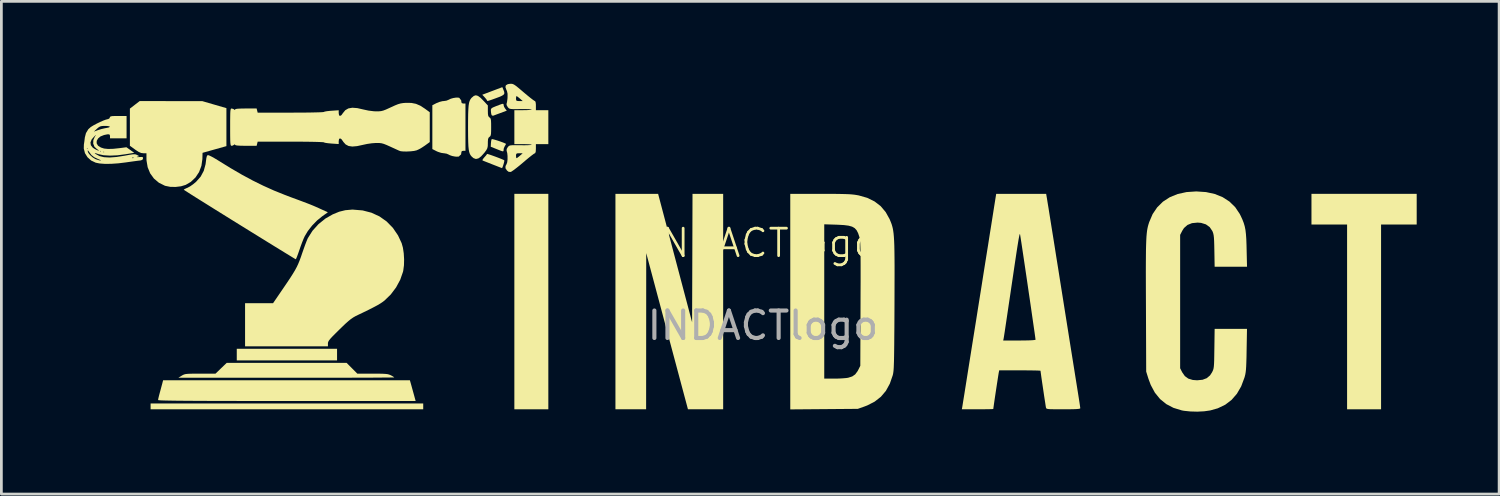
<source format=kicad_pcb>
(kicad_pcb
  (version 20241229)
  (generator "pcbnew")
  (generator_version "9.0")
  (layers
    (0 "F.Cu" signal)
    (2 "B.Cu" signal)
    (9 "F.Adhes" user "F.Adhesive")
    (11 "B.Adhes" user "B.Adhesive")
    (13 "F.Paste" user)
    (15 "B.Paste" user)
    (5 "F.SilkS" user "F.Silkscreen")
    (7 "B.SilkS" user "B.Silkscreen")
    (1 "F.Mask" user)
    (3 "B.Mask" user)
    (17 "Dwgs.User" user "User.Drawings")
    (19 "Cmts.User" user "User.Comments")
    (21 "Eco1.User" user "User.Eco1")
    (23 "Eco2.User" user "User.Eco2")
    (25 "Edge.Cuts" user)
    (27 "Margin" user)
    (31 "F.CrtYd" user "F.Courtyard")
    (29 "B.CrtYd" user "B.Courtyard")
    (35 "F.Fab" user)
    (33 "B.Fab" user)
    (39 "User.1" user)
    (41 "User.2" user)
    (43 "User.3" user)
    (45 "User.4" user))
  (footprint "INDACTlogo"
    (layer "F.Cu")
    (at 24.726 6.3)
    (property "Reference" "INDACTlogo" (at 0 -0.5 0) (unlocked yes) (layer "F.SilkS") (effects (font (size 1 1) (thickness 0.1))))
    (attr smd)
    (fp_poly (pts (xy -15.505 3.56) (xy -15.505 3.771) (xy -17.331 3.771) (xy -19.156 3.771) (xy -19.156 3.56) (xy -19.156 3.348) (xy -17.331 3.348) (xy -15.505 3.348)) (stroke (width 0) (type solid)) (fill yes) (layer "F.SilkS"))
    (fp_poly (pts (xy -12.368 5.445) (xy -12.368 5.551) (xy -17.331 5.551) (xy -22.293 5.551) (xy -22.293 5.445) (xy -22.293 5.339) (xy -17.331 5.339) (xy -12.368 5.339)) (stroke (width 0) (type solid)) (fill yes) (layer "F.SilkS"))
    (fp_poly (pts (xy -7.813 1.629) (xy -7.813 5.551) (xy -8.431 5.551) (xy -9.05 5.551) (xy -9.05 1.629) (xy -9.05 -2.293) (xy -8.431 -2.293) (xy -7.813 -2.293)) (stroke (width 0) (type solid)) (fill yes) (layer "F.SilkS"))
    (fp_poly (pts (xy 23.801 -1.735) (xy 23.801 -1.176) (xy 23.153 -1.176) (xy 22.504 -1.176) (xy 22.504 2.187) (xy 22.504 5.551) (xy 21.886 5.551) (xy 21.267 5.551) (xy 21.267 2.187) (xy 21.267 -1.176) (xy 20.619 -1.176) (xy 19.97 -1.176) (xy 19.97 -1.735) (xy 19.97 -2.293) (xy 21.886 -2.293) (xy 23.801 -2.293)) (stroke (width 0) (type solid)) (fill yes) (layer "F.SilkS"))
    (fp_poly (pts (xy -9.45 -6.087) (xy -9.42 -6.008) (xy -9.414 -5.95) (xy -9.439 -5.905) (xy -9.501 -5.864) (xy -9.609 -5.817) (xy -9.708 -5.78) (xy -9.851 -5.728) (xy -9.947 -5.695) (xy -10.004 -5.678) (xy -10.034 -5.675) (xy -10.044 -5.684) (xy -10.046 -5.694) (xy -10.064 -5.728) (xy -10.112 -5.786) (xy -10.132 -5.809) (xy -10.218 -5.901) (xy -9.853 -6.039) (xy -9.488 -6.177)) (stroke (width 0) (type solid)) (fill yes) (layer "F.SilkS"))
    (fp_poly (pts (xy -1.448 1.629) (xy -1.448 5.551) (xy -2.089 5.551) (xy -2.73 5.55) (xy -3.49 2.707) (xy -4.249 -0.136) (xy -4.251 2.707) (xy -4.253 5.551) (xy -4.812 5.551) (xy -5.37 5.551) (xy -5.37 1.629) (xy -5.37 -2.293) (xy -4.593 -2.292) (xy -3.816 -2.292) (xy -3.198 0.045) (xy -2.579 2.383) (xy -2.571 0.045) (xy -2.564 -2.293) (xy -2.006 -2.293) (xy -1.448 -2.293)) (stroke (width 0) (type solid)) (fill yes) (layer "F.SilkS"))
    (fp_poly (pts (xy -9.84 -4.283) (xy -9.766 -4.264) (xy -9.667 -4.234) (xy -9.561 -4.198) (xy -9.462 -4.162) (xy -9.386 -4.13) (xy -9.356 -4.114) (xy -9.363 -4.087) (xy -9.394 -4.038) (xy -9.431 -3.96) (xy -9.442 -3.9) (xy -9.443 -3.862) (xy -9.454 -3.843) (xy -9.484 -3.842) (xy -9.545 -3.862) (xy -9.648 -3.903) (xy -9.698 -3.923) (xy -9.91 -4.008) (xy -9.903 -4.136) (xy -9.894 -4.22) (xy -9.879 -4.277) (xy -9.873 -4.285)) (stroke (width 0) (type solid)) (fill yes) (layer "F.SilkS"))
    (fp_poly (pts (xy -9.448 -5.564) (xy -9.442 -5.542) (xy -9.442 -5.527) (xy -9.424 -5.461) (xy -9.384 -5.395) (xy -9.326 -5.321) (xy -9.558 -5.235) (xy -9.67 -5.194) (xy -9.763 -5.159) (xy -9.82 -5.138) (xy -9.826 -5.136) (xy -9.867 -5.147) (xy -9.882 -5.17) (xy -9.897 -5.234) (xy -9.905 -5.314) (xy -9.904 -5.367) (xy -9.884 -5.404) (xy -9.835 -5.436) (xy -9.742 -5.475) (xy -9.73 -5.48) (xy -9.6 -5.53) (xy -9.517 -5.56) (xy -9.47 -5.571)) (stroke (width 0) (type solid)) (fill yes) (layer "F.SilkS"))
    (fp_poly (pts (xy -10.02 -3.742) (xy -9.952 -3.722) (xy -9.855 -3.688) (xy -9.743 -3.648) (xy -9.629 -3.605) (xy -9.528 -3.565) (xy -9.452 -3.533) (xy -9.417 -3.514) (xy -9.416 -3.514) (xy -9.417 -3.481) (xy -9.431 -3.415) (xy -9.454 -3.337) (xy -9.478 -3.269) (xy -9.498 -3.232) (xy -9.501 -3.231) (xy -9.534 -3.242) (xy -9.611 -3.272) (xy -9.721 -3.315) (xy -9.849 -3.365) (xy -9.982 -3.418) (xy -10.094 -3.462) (xy -10.175 -3.494) (xy -10.21 -3.508) (xy -10.209 -3.533) (xy -10.173 -3.587) (xy -10.143 -3.622) (xy -10.085 -3.687) (xy -10.05 -3.734) (xy -10.046 -3.746)) (stroke (width 0) (type solid)) (fill yes) (layer "F.SilkS"))
    (fp_poly (pts (xy -12.808 4.653) (xy -12.777 4.766) (xy -12.738 4.906) (xy -12.704 5.03) (xy -12.644 5.249) (xy -17.333 5.249) (xy -17.987 5.249) (xy -18.582 5.249) (xy -19.122 5.248) (xy -19.608 5.247) (xy -20.042 5.246) (xy -20.427 5.245) (xy -20.764 5.243) (xy -21.056 5.241) (xy -21.304 5.239) (xy -21.512 5.236) (xy -21.681 5.233) (xy -21.814 5.23) (xy -21.912 5.226) (xy -21.978 5.222) (xy -22.013 5.217) (xy -22.021 5.213) (xy -22.014 5.168) (xy -21.994 5.083) (xy -21.966 4.974) (xy -21.963 4.964) (xy -21.928 4.836) (xy -21.895 4.711) (xy -21.871 4.623) (xy -21.838 4.495) (xy -17.345 4.495) (xy -12.853 4.495)) (stroke (width 0) (type solid)) (fill yes) (layer "F.SilkS"))
    (fp_poly (pts (xy -21.549 -5.669) (xy -20.407 -5.667) (xy -19.97 -5.54) (xy -19.533 -5.413) (xy -19.533 -4.721) (xy -19.533 -4.03) (xy -19.968 -3.908) (xy -20.402 -3.786) (xy -20.408 -3.557) (xy -20.443 -3.313) (xy -20.528 -3.087) (xy -20.659 -2.889) (xy -20.83 -2.727) (xy -21.016 -2.619) (xy -21.185 -2.568) (xy -21.382 -2.544) (xy -21.58 -2.548) (xy -21.755 -2.583) (xy -21.774 -2.589) (xy -21.991 -2.697) (xy -22.171 -2.849) (xy -22.309 -3.039) (xy -22.4 -3.261) (xy -22.442 -3.508) (xy -22.444 -3.58) (xy -22.444 -3.771) (xy -22.558 -3.771) (xy -22.638 -3.781) (xy -22.723 -3.817) (xy -22.832 -3.887) (xy -22.86 -3.907) (xy -23.047 -4.043) (xy -23.047 -4.72) (xy -23.047 -5.396) (xy -22.868 -5.534) (xy -22.69 -5.671)) (stroke (width 0) (type solid)) (fill yes) (layer "F.SilkS"))
    (fp_poly (pts (xy -14.962 4.057) (xy -14.768 4.253) (xy -14.216 4.253) (xy -14.016 4.254) (xy -13.866 4.256) (xy -13.756 4.262) (xy -13.677 4.27) (xy -13.617 4.284) (xy -13.568 4.303) (xy -13.543 4.314) (xy -13.471 4.354) (xy -13.429 4.383) (xy -13.424 4.39) (xy -13.454 4.392) (xy -13.54 4.393) (xy -13.68 4.395) (xy -13.869 4.396) (xy -14.104 4.398) (xy -14.383 4.399) (xy -14.7 4.4) (xy -15.053 4.401) (xy -15.437 4.402) (xy -15.851 4.403) (xy -16.289 4.403) (xy -16.749 4.403) (xy -17.226 4.403) (xy -17.353 4.403) (xy -21.282 4.402) (xy -21.162 4.328) (xy -21.117 4.302) (xy -21.073 4.283) (xy -21.02 4.269) (xy -20.948 4.261) (xy -20.848 4.256) (xy -20.709 4.254) (xy -20.521 4.254) (xy -20.485 4.254) (xy -19.93 4.253) (xy -19.727 4.057) (xy -19.523 3.861) (xy -17.34 3.861) (xy -15.157 3.861)) (stroke (width 0) (type solid)) (fill yes) (layer "F.SilkS"))
    (fp_poly (pts (xy -11.049 -5.785) (xy -11.041 -5.771) (xy -11.022 -5.735) (xy -11.011 -5.732) (xy -10.988 -5.706) (xy -10.981 -5.656) (xy -10.968 -5.599) (xy -10.919 -5.581) (xy -10.905 -5.581) (xy -10.83 -5.581) (xy -10.83 -4.721) (xy -10.83 -3.861) (xy -10.905 -3.861) (xy -10.963 -3.849) (xy -10.98 -3.8) (xy -10.981 -3.786) (xy -10.99 -3.729) (xy -11.008 -3.71) (xy -11.041 -3.686) (xy -11.046 -3.673) (xy -11.076 -3.65) (xy -11.153 -3.646) (xy -11.207 -3.65) (xy -11.312 -3.67) (xy -11.404 -3.702) (xy -11.432 -3.718) (xy -11.513 -3.754) (xy -11.612 -3.771) (xy -11.622 -3.771) (xy -11.716 -3.785) (xy -11.829 -3.821) (xy -11.887 -3.847) (xy -12.036 -3.923) (xy -12.036 -4.721) (xy -12.036 -5.519) (xy -11.887 -5.595) (xy -11.778 -5.639) (xy -11.67 -5.667) (xy -11.622 -5.671) (xy -11.524 -5.685) (xy -11.439 -5.719) (xy -11.433 -5.723) (xy -11.364 -5.756) (xy -11.274 -5.781) (xy -11.18 -5.796) (xy -11.099 -5.798)) (stroke (width 0) (type solid)) (fill yes) (layer "F.SilkS"))
    (fp_poly (pts (xy -10.376 -5.859) (xy -10.283 -5.791) (xy -10.189 -5.697) (xy -10.015 -5.511) (xy -10.015 -5.312) (xy -10.012 -5.199) (xy -10 -5.131) (xy -9.976 -5.091) (xy -9.955 -5.075) (xy -9.928 -5.052) (xy -9.91 -5.017) (xy -9.9 -4.956) (xy -9.896 -4.859) (xy -9.895 -4.721) (xy -9.896 -4.578) (xy -9.9 -4.482) (xy -9.911 -4.423) (xy -9.929 -4.389) (xy -9.955 -4.367) (xy -9.989 -4.335) (xy -10.008 -4.283) (xy -10.015 -4.194) (xy -10.015 -4.139) (xy -10.018 -4.033) (xy -10.033 -3.957) (xy -10.068 -3.888) (xy -10.132 -3.801) (xy -10.143 -3.787) (xy -10.259 -3.658) (xy -10.359 -3.583) (xy -10.45 -3.562) (xy -10.537 -3.593) (xy -10.602 -3.649) (xy -10.641 -3.695) (xy -10.671 -3.748) (xy -10.694 -3.817) (xy -10.711 -3.907) (xy -10.723 -4.027) (xy -10.73 -4.184) (xy -10.734 -4.384) (xy -10.736 -4.636) (xy -10.736 -4.721) (xy -10.735 -4.989) (xy -10.732 -5.204) (xy -10.725 -5.372) (xy -10.715 -5.503) (xy -10.7 -5.601) (xy -10.678 -5.675) (xy -10.65 -5.733) (xy -10.615 -5.78) (xy -10.602 -5.793) (xy -10.526 -5.858) (xy -10.453 -5.881)) (stroke (width 0) (type solid)) (fill yes) (layer "F.SilkS"))
    (fp_poly (pts (xy -14.573 -1.689) (xy -14.253 -1.606) (xy -13.96 -1.471) (xy -13.7 -1.287) (xy -13.474 -1.056) (xy -13.286 -0.78) (xy -13.153 -0.496) (xy -13.107 -0.331) (xy -13.077 -0.128) (xy -13.064 0.092) (xy -13.069 0.307) (xy -13.094 0.498) (xy -13.104 0.544) (xy -13.205 0.834) (xy -13.356 1.114) (xy -13.549 1.37) (xy -13.772 1.587) (xy -13.839 1.639) (xy -13.925 1.697) (xy -14.034 1.762) (xy -14.175 1.837) (xy -14.353 1.928) (xy -14.575 2.036) (xy -14.733 2.111) (xy -14.833 2.16) (xy -14.918 2.209) (xy -15 2.265) (xy -15.088 2.336) (xy -15.193 2.429) (xy -15.324 2.554) (xy -15.419 2.647) (xy -15.565 2.791) (xy -15.673 2.9) (xy -15.749 2.982) (xy -15.797 3.043) (xy -15.824 3.09) (xy -15.836 3.13) (xy -15.837 3.157) (xy -15.837 3.258) (xy -17.346 3.258) (xy -18.854 3.258) (xy -18.854 2.474) (xy -18.854 1.689) (xy -18.345 1.689) (xy -17.835 1.689) (xy -17.49 1.184) (xy -17.337 0.959) (xy -17.213 0.774) (xy -17.115 0.62) (xy -17.036 0.489) (xy -16.972 0.37) (xy -16.918 0.255) (xy -16.869 0.135) (xy -16.819 0.000318) (xy -16.777 -0.124) (xy -16.72 -0.287) (xy -16.665 -0.44) (xy -16.616 -0.568) (xy -16.578 -0.659) (xy -16.567 -0.682) (xy -16.4 -0.947) (xy -16.184 -1.187) (xy -15.931 -1.392) (xy -15.664 -1.545) (xy -15.428 -1.642) (xy -15.205 -1.697) (xy -14.969 -1.718) (xy -14.917 -1.718)) (stroke (width 0) (type solid)) (fill yes) (layer "F.SilkS"))
    (fp_poly (pts (xy -20.165 -3.692) (xy -20.082 -3.653) (xy -19.973 -3.593) (xy -19.846 -3.517) (xy -19.83 -3.507) (xy -19.383 -3.231) (xy -18.969 -2.99) (xy -18.575 -2.778) (xy -18.19 -2.588) (xy -17.803 -2.414) (xy -17.401 -2.252) (xy -17.18 -2.168) (xy -16.946 -2.082) (xy -16.759 -2.012) (xy -16.608 -1.955) (xy -16.484 -1.907) (xy -16.377 -1.863) (xy -16.277 -1.82) (xy -16.174 -1.774) (xy -16.102 -1.741) (xy -15.839 -1.621) (xy -16.049 -1.473) (xy -16.233 -1.323) (xy -16.412 -1.139) (xy -16.568 -0.94) (xy -16.68 -0.754) (xy -16.725 -0.656) (xy -16.779 -0.52) (xy -16.836 -0.366) (xy -16.876 -0.249) (xy -16.922 -0.117) (xy -16.962 -0.009) (xy -16.992 0.063) (xy -17.009 0.089) (xy -17.037 0.073) (xy -17.112 0.028) (xy -17.231 -0.045) (xy -17.39 -0.142) (xy -17.584 -0.261) (xy -17.81 -0.4) (xy -18.063 -0.556) (xy -18.341 -0.728) (xy -18.639 -0.912) (xy -18.952 -1.106) (xy -19.057 -1.171) (xy -19.375 -1.368) (xy -19.677 -1.556) (xy -19.96 -1.732) (xy -20.22 -1.895) (xy -20.454 -2.041) (xy -20.657 -2.168) (xy -20.825 -2.274) (xy -20.954 -2.357) (xy -21.042 -2.413) (xy -21.083 -2.441) (xy -21.086 -2.443) (xy -21.061 -2.463) (xy -20.996 -2.495) (xy -20.948 -2.515) (xy -20.855 -2.565) (xy -20.745 -2.642) (xy -20.639 -2.73) (xy -20.636 -2.733) (xy -20.471 -2.919) (xy -20.358 -3.13) (xy -20.292 -3.372) (xy -20.279 -3.474) (xy -20.263 -3.595) (xy -20.244 -3.667) (xy -20.219 -3.7) (xy -20.208 -3.704)) (stroke (width 0) (type solid)) (fill yes) (layer "F.SilkS"))
    (fp_poly (pts (xy 2.104 -2.292) (xy 2.402 -2.292) (xy 2.647 -2.291) (xy 2.847 -2.288) (xy 3.008 -2.284) (xy 3.139 -2.279) (xy 3.245 -2.271) (xy 3.336 -2.261) (xy 3.418 -2.248) (xy 3.489 -2.235) (xy 3.798 -2.147) (xy 4.062 -2.017) (xy 4.285 -1.846) (xy 4.468 -1.63) (xy 4.613 -1.369) (xy 4.627 -1.335) (xy 4.657 -1.262) (xy 4.684 -1.192) (xy 4.706 -1.119) (xy 4.726 -1.041) (xy 4.742 -0.953) (xy 4.756 -0.85) (xy 4.767 -0.729) (xy 4.776 -0.584) (xy 4.783 -0.412) (xy 4.787 -0.208) (xy 4.79 0.032) (xy 4.792 0.312) (xy 4.792 0.637) (xy 4.791 1.011) (xy 4.79 1.438) (xy 4.789 1.755) (xy 4.787 2.193) (xy 4.785 2.576) (xy 4.782 2.906) (xy 4.78 3.189) (xy 4.777 3.428) (xy 4.774 3.628) (xy 4.771 3.794) (xy 4.766 3.928) (xy 4.762 4.036) (xy 4.756 4.122) (xy 4.749 4.189) (xy 4.741 4.243) (xy 4.732 4.287) (xy 4.726 4.311) (xy 4.62 4.618) (xy 4.477 4.879) (xy 4.294 5.095) (xy 4.069 5.271) (xy 3.799 5.41) (xy 3.692 5.451) (xy 3.454 5.535) (xy 2.225 5.545) (xy 0.995 5.555) (xy 0.995 1.631) (xy 0.995 -1.184) (xy 2.232 -1.184) (xy 2.232 1.625) (xy 2.232 4.434) (xy 2.593 4.434) (xy 2.752 4.432) (xy 2.904 4.424) (xy 3.032 4.413) (xy 3.104 4.402) (xy 3.251 4.355) (xy 3.359 4.28) (xy 3.446 4.162) (xy 3.473 4.111) (xy 3.545 3.967) (xy 3.553 1.708) (xy 3.554 1.279) (xy 3.556 0.907) (xy 3.556 0.586) (xy 3.556 0.313) (xy 3.555 0.083) (xy 3.553 -0.108) (xy 3.551 -0.264) (xy 3.547 -0.39) (xy 3.543 -0.49) (xy 3.538 -0.568) (xy 3.531 -0.629) (xy 3.523 -0.676) (xy 3.514 -0.714) (xy 3.512 -0.72) (xy 3.466 -0.859) (xy 3.412 -0.965) (xy 3.342 -1.043) (xy 3.247 -1.098) (xy 3.119 -1.134) (xy 2.95 -1.156) (xy 2.731 -1.168) (xy 2.677 -1.17) (xy 2.232 -1.184) (xy 0.995 -1.184) (xy 0.995 -2.293)) (stroke (width 0) (type solid)) (fill yes) (layer "F.SilkS"))
    (fp_poly (pts (xy 16.132 -2.357) (xy 16.453 -2.287) (xy 16.738 -2.171) (xy 16.985 -2.011) (xy 17.193 -1.808) (xy 17.358 -1.563) (xy 17.393 -1.493) (xy 17.456 -1.357) (xy 17.504 -1.233) (xy 17.54 -1.111) (xy 17.567 -0.978) (xy 17.585 -0.824) (xy 17.598 -0.638) (xy 17.606 -0.408) (xy 17.609 -0.279) (xy 17.624 0.362) (xy 17.035 0.362) (xy 16.445 0.362) (xy 16.435 -0.219) (xy 16.431 -0.425) (xy 16.426 -0.581) (xy 16.419 -0.697) (xy 16.409 -0.783) (xy 16.395 -0.849) (xy 16.376 -0.905) (xy 16.361 -0.94) (xy 16.264 -1.083) (xy 16.126 -1.182) (xy 15.95 -1.236) (xy 15.824 -1.246) (xy 15.62 -1.226) (xy 15.456 -1.16) (xy 15.329 -1.048) (xy 15.266 -0.949) (xy 15.189 -0.799) (xy 15.189 1.629) (xy 15.189 4.057) (xy 15.265 4.206) (xy 15.361 4.343) (xy 15.486 4.434) (xy 15.648 4.483) (xy 15.807 4.495) (xy 16.004 4.476) (xy 16.158 4.418) (xy 16.277 4.317) (xy 16.349 4.207) (xy 16.373 4.158) (xy 16.392 4.112) (xy 16.406 4.059) (xy 16.416 3.991) (xy 16.423 3.898) (xy 16.428 3.774) (xy 16.431 3.608) (xy 16.434 3.392) (xy 16.435 3.342) (xy 16.445 2.624) (xy 17.034 2.624) (xy 17.623 2.624) (xy 17.609 3.401) (xy 17.605 3.646) (xy 17.599 3.84) (xy 17.593 3.992) (xy 17.585 4.111) (xy 17.574 4.206) (xy 17.56 4.286) (xy 17.541 4.361) (xy 17.53 4.399) (xy 17.411 4.717) (xy 17.255 4.986) (xy 17.061 5.209) (xy 16.83 5.385) (xy 16.56 5.515) (xy 16.284 5.593) (xy 16.064 5.624) (xy 15.815 5.637) (xy 15.562 5.63) (xy 15.33 5.606) (xy 15.249 5.591) (xy 14.947 5.499) (xy 14.683 5.361) (xy 14.457 5.177) (xy 14.269 4.945) (xy 14.119 4.666) (xy 14.034 4.438) (xy 13.953 4.178) (xy 13.944 1.765) (xy 13.942 1.303) (xy 13.941 0.898) (xy 13.94 0.544) (xy 13.941 0.237) (xy 13.943 -0.027) (xy 13.945 -0.251) (xy 13.95 -0.442) (xy 13.956 -0.602) (xy 13.963 -0.736) (xy 13.973 -0.849) (xy 13.984 -0.945) (xy 13.998 -1.027) (xy 14.014 -1.101) (xy 14.033 -1.171) (xy 14.055 -1.241) (xy 14.063 -1.265) (xy 14.187 -1.555) (xy 14.354 -1.802) (xy 14.563 -2.008) (xy 14.811 -2.169) (xy 15.097 -2.286) (xy 15.42 -2.357) (xy 15.777 -2.381)) (stroke (width 0) (type solid)) (fill yes) (layer "F.SilkS"))
    (fp_poly (pts (xy -9.114 -6.293) (xy -9.065 -6.272) (xy -9.003 -6.231) (xy -8.919 -6.165) (xy -8.803 -6.068) (xy -8.712 -5.99) (xy -8.584 -5.883) (xy -8.471 -5.791) (xy -8.38 -5.721) (xy -8.321 -5.68) (xy -8.303 -5.672) (xy -8.279 -5.644) (xy -8.267 -5.56) (xy -8.266 -5.505) (xy -8.266 -5.339) (xy -8.039 -5.339) (xy -7.813 -5.339) (xy -7.813 -4.721) (xy -7.813 -4.103) (xy -8.039 -4.103) (xy -8.266 -4.103) (xy -8.266 -3.937) (xy -8.272 -3.828) (xy -8.291 -3.776) (xy -8.303 -3.77) (xy -8.338 -3.751) (xy -8.409 -3.699) (xy -8.509 -3.62) (xy -8.629 -3.521) (xy -8.725 -3.439) (xy -8.858 -3.327) (xy -8.98 -3.23) (xy -9.082 -3.153) (xy -9.154 -3.104) (xy -9.182 -3.09) (xy -9.256 -3.094) (xy -9.318 -3.141) (xy -9.373 -3.224) (xy -9.371 -3.305) (xy -9.334 -3.373) (xy -9.31 -3.441) (xy -9.298 -3.546) (xy -9.298 -3.666) (xy -9.299 -3.68) (xy -8.99 -3.68) (xy -8.984 -3.617) (xy -8.971 -3.59) (xy -8.971 -3.59) (xy -8.939 -3.608) (xy -8.88 -3.654) (xy -8.849 -3.68) (xy -8.746 -3.771) (xy -8.868 -3.771) (xy -8.946 -3.767) (xy -8.98 -3.748) (xy -8.989 -3.701) (xy -8.99 -3.68) (xy -9.299 -3.68) (xy -9.309 -3.779) (xy -9.332 -3.863) (xy -9.329 -3.924) (xy -9.292 -3.989) (xy -9.265 -4.021) (xy -9.237 -4.043) (xy -9.195 -4.056) (xy -9.13 -4.063) (xy -9.03 -4.065) (xy -8.885 -4.064) (xy -8.823 -4.063) (xy -8.674 -4.062) (xy -8.55 -4.065) (xy -8.461 -4.07) (xy -8.418 -4.078) (xy -8.416 -4.08) (xy -8.444 -4.089) (xy -8.52 -4.097) (xy -8.632 -4.101) (xy -8.733 -4.103) (xy -9.05 -4.103) (xy -9.05 -4.721) (xy -9.05 -5.339) (xy -8.733 -5.339) (xy -8.603 -5.341) (xy -8.499 -5.347) (xy -8.433 -5.355) (xy -8.416 -5.362) (xy -8.445 -5.37) (xy -8.522 -5.376) (xy -8.638 -5.379) (xy -8.782 -5.38) (xy -8.823 -5.379) (xy -8.987 -5.377) (xy -9.101 -5.378) (xy -9.176 -5.383) (xy -9.225 -5.394) (xy -9.256 -5.413) (xy -9.282 -5.441) (xy -9.292 -5.453) (xy -9.333 -5.528) (xy -9.332 -5.579) (xy -9.318 -5.634) (xy -9.305 -5.726) (xy -9.301 -5.762) (xy -8.99 -5.762) (xy -8.985 -5.704) (xy -8.959 -5.678) (xy -8.896 -5.671) (xy -8.868 -5.671) (xy -8.746 -5.671) (xy -8.849 -5.762) (xy -8.915 -5.816) (xy -8.961 -5.848) (xy -8.971 -5.852) (xy -8.984 -5.826) (xy -8.99 -5.763) (xy -8.99 -5.762) (xy -9.301 -5.762) (xy -9.298 -5.803) (xy -9.297 -5.935) (xy -9.319 -6.035) (xy -9.341 -6.082) (xy -9.375 -6.179) (xy -9.358 -6.246) (xy -9.287 -6.286) (xy -9.207 -6.299) (xy -9.158 -6.3)) (stroke (width 0) (type solid)) (fill yes) (layer "F.SilkS"))
    (fp_poly (pts (xy -12.799 -5.603) (xy -12.632 -5.57) (xy -12.472 -5.501) (xy -12.308 -5.394) (xy -12.13 -5.264) (xy -12.13 -4.721) (xy -12.13 -4.178) (xy -12.307 -4.049) (xy -12.417 -3.976) (xy -12.528 -3.913) (xy -12.611 -3.876) (xy -12.702 -3.855) (xy -12.826 -3.841) (xy -12.963 -3.834) (xy -13.091 -3.835) (xy -13.188 -3.845) (xy -13.213 -3.852) (xy -13.258 -3.87) (xy -13.344 -3.909) (xy -13.458 -3.961) (xy -13.56 -4.008) (xy -13.698 -4.07) (xy -13.801 -4.111) (xy -13.885 -4.134) (xy -13.969 -4.144) (xy -14.071 -4.145) (xy -14.088 -4.145) (xy -14.239 -4.134) (xy -14.412 -4.109) (xy -14.56 -4.077) (xy -14.777 -4.03) (xy -14.95 -4.015) (xy -15.086 -4.035) (xy -15.192 -4.091) (xy -15.275 -4.183) (xy -15.29 -4.207) (xy -15.349 -4.287) (xy -15.399 -4.313) (xy -15.433 -4.286) (xy -15.445 -4.21) (xy -15.445 -4.106) (xy -15.709 -4.124) (xy -15.828 -4.135) (xy -15.922 -4.148) (xy -15.976 -4.162) (xy -15.983 -4.168) (xy -16.014 -4.173) (xy -16.1 -4.178) (xy -16.232 -4.183) (xy -16.406 -4.187) (xy -16.614 -4.19) (xy -16.85 -4.192) (xy -17.107 -4.193) (xy -17.194 -4.193) (xy -18.395 -4.193) (xy -18.414 -4.118) (xy -18.433 -4.042) (xy -18.824 -4.042) (xy -18.998 -4.044) (xy -19.118 -4.05) (xy -19.188 -4.06) (xy -19.215 -4.075) (xy -19.216 -4.078) (xy -19.225 -4.099) (xy -19.252 -4.078) (xy -19.313 -4.047) (xy -19.343 -4.042) (xy -19.36 -4.046) (xy -19.373 -4.061) (xy -19.383 -4.096) (xy -19.39 -4.157) (xy -19.394 -4.252) (xy -19.396 -4.388) (xy -19.397 -4.572) (xy -19.397 -4.721) (xy -19.397 -4.941) (xy -19.395 -5.107) (xy -19.393 -5.228) (xy -19.388 -5.31) (xy -19.38 -5.361) (xy -19.369 -5.388) (xy -19.355 -5.398) (xy -19.343 -5.4) (xy -19.276 -5.381) (xy -19.252 -5.364) (xy -19.222 -5.343) (xy -19.216 -5.364) (xy -19.197 -5.38) (xy -19.136 -5.391) (xy -19.027 -5.397) (xy -18.864 -5.4) (xy -18.824 -5.4) (xy -18.433 -5.4) (xy -18.414 -5.324) (xy -18.395 -5.249) (xy -17.194 -5.249) (xy -16.931 -5.25) (xy -16.687 -5.251) (xy -16.47 -5.254) (xy -16.284 -5.258) (xy -16.138 -5.262) (xy -16.036 -5.267) (xy -15.987 -5.273) (xy -15.983 -5.275) (xy -15.951 -5.288) (xy -15.872 -5.302) (xy -15.762 -5.314) (xy -15.709 -5.318) (xy -15.445 -5.336) (xy -15.445 -5.232) (xy -15.432 -5.154) (xy -15.398 -5.129) (xy -15.347 -5.157) (xy -15.29 -5.235) (xy -15.204 -5.339) (xy -15.092 -5.403) (xy -14.948 -5.428) (xy -14.767 -5.414) (xy -14.548 -5.364) (xy -14.358 -5.323) (xy -14.161 -5.299) (xy -14.088 -5.296) (xy -13.985 -5.297) (xy -13.902 -5.305) (xy -13.822 -5.325) (xy -13.727 -5.361) (xy -13.602 -5.418) (xy -13.545 -5.444) (xy -13.397 -5.512) (xy -13.285 -5.557) (xy -13.19 -5.584) (xy -13.094 -5.599) (xy -12.995 -5.606)) (stroke (width 0) (type solid)) (fill yes) (layer "F.SilkS"))
    (fp_poly (pts (xy 10.343 -2.104) (xy 10.352 -2.048) (xy 10.37 -1.936) (xy 10.397 -1.774) (xy 10.43 -1.565) (xy 10.47 -1.314) (xy 10.516 -1.026) (xy 10.568 -0.704) (xy 10.624 -0.353) (xy 10.683 0.023) (xy 10.747 0.419) (xy 10.812 0.831) (xy 10.843 1.026) (xy 10.912 1.459) (xy 10.98 1.888) (xy 11.047 2.309) (xy 11.112 2.716) (xy 11.173 3.102) (xy 11.231 3.464) (xy 11.284 3.794) (xy 11.331 4.088) (xy 11.371 4.34) (xy 11.404 4.545) (xy 11.428 4.696) (xy 11.432 4.721) (xy 11.465 4.928) (xy 11.495 5.117) (xy 11.52 5.278) (xy 11.539 5.404) (xy 11.55 5.485) (xy 11.554 5.513) (xy 11.539 5.526) (xy 11.493 5.536) (xy 11.409 5.543) (xy 11.281 5.548) (xy 11.102 5.55) (xy 10.936 5.551) (xy 10.728 5.55) (xy 10.573 5.549) (xy 10.462 5.547) (xy 10.389 5.541) (xy 10.343 5.533) (xy 10.319 5.52) (xy 10.308 5.502) (xy 10.303 5.483) (xy 10.295 5.438) (xy 10.281 5.345) (xy 10.261 5.216) (xy 10.237 5.061) (xy 10.212 4.891) (xy 10.186 4.716) (xy 10.161 4.548) (xy 10.139 4.396) (xy 10.122 4.272) (xy 10.11 4.186) (xy 10.106 4.149) (xy 10.106 4.149) (xy 10.077 4.144) (xy 9.996 4.14) (xy 9.871 4.137) (xy 9.709 4.135) (xy 9.52 4.133) (xy 9.354 4.133) (xy 8.602 4.133) (xy 8.585 4.216) (xy 8.577 4.263) (xy 8.562 4.357) (xy 8.542 4.487) (xy 8.518 4.642) (xy 8.492 4.812) (xy 8.466 4.985) (xy 8.441 5.152) (xy 8.419 5.302) (xy 8.402 5.423) (xy 8.39 5.506) (xy 8.386 5.539) (xy 8.358 5.543) (xy 8.278 5.546) (xy 8.156 5.548) (xy 8.002 5.55) (xy 7.825 5.551) (xy 7.814 5.551) (xy 7.241 5.551) (xy 7.257 5.468) (xy 7.263 5.43) (xy 7.278 5.336) (xy 7.301 5.192) (xy 7.332 5.002) (xy 7.369 4.769) (xy 7.412 4.499) (xy 7.46 4.195) (xy 7.513 3.862) (xy 7.57 3.505) (xy 7.63 3.128) (xy 7.643 3.047) (xy 8.747 3.047) (xy 9.336 3.047) (xy 9.547 3.045) (xy 9.716 3.041) (xy 9.838 3.034) (xy 9.909 3.025) (xy 9.925 3.017) (xy 9.92 2.98) (xy 9.908 2.889) (xy 9.889 2.752) (xy 9.863 2.573) (xy 9.832 2.359) (xy 9.797 2.117) (xy 9.759 1.852) (xy 9.718 1.571) (xy 9.675 1.28) (xy 9.632 0.985) (xy 9.589 0.693) (xy 9.547 0.409) (xy 9.507 0.14) (xy 9.47 -0.107) (xy 9.437 -0.328) (xy 9.409 -0.514) (xy 9.386 -0.662) (xy 9.37 -0.763) (xy 9.362 -0.812) (xy 9.362 -0.814) (xy 9.357 -0.827) (xy 9.351 -0.827) (xy 9.344 -0.811) (xy 9.335 -0.775) (xy 9.323 -0.717) (xy 9.307 -0.632) (xy 9.288 -0.517) (xy 9.264 -0.368) (xy 9.235 -0.182) (xy 9.201 0.045) (xy 9.16 0.317) (xy 9.113 0.636) (xy 9.058 1.007) (xy 8.995 1.434) (xy 8.977 1.554) (xy 8.935 1.835) (xy 8.896 2.099) (xy 8.86 2.341) (xy 8.828 2.553) (xy 8.802 2.729) (xy 8.781 2.863) (xy 8.767 2.949) (xy 8.762 2.979) (xy 8.747 3.047) (xy 7.643 3.047) (xy 7.693 2.734) (xy 7.758 2.33) (xy 7.823 1.918) (xy 7.889 1.503) (xy 7.955 1.091) (xy 8.019 0.684) (xy 8.082 0.288) (xy 8.143 -0.094) (xy 8.201 -0.456) (xy 8.254 -0.795) (xy 8.304 -1.106) (xy 8.348 -1.384) (xy 8.386 -1.626) (xy 8.409 -1.772) (xy 8.492 -2.293) (xy 9.401 -2.293) (xy 10.311 -2.293)) (stroke (width 0) (type solid)) (fill yes) (layer "F.SilkS"))
    (fp_poly (pts (xy -23.168 -4.721) (xy -23.168 -4.314) (xy -23.469 -4.314) (xy -23.771 -4.314) (xy -23.771 -4.389) (xy -23.778 -4.438) (xy -23.807 -4.46) (xy -23.869 -4.459) (xy -23.975 -4.437) (xy -23.997 -4.431) (xy -24.119 -4.382) (xy -24.206 -4.308) (xy -24.255 -4.222) (xy -24.258 -4.133) (xy -24.211 -4.052) (xy -24.195 -4.037) (xy -24.101 -3.979) (xy -23.986 -3.942) (xy -23.84 -3.927) (xy -23.656 -3.932) (xy -23.436 -3.955) (xy -23.173 -3.989) (xy -23.031 -3.888) (xy -22.889 -3.786) (xy -23.202 -3.735) (xy -23.503 -3.696) (xy -23.773 -3.684) (xy -24.003 -3.698) (xy -24.187 -3.737) (xy -24.192 -3.739) (xy -24.284 -3.77) (xy -24.325 -3.781) (xy -24.325 -3.772) (xy -24.289 -3.743) (xy -24.283 -3.738) (xy -24.155 -3.668) (xy -23.989 -3.627) (xy -23.782 -3.616) (xy -23.53 -3.635) (xy -23.228 -3.683) (xy -23.222 -3.684) (xy -23.068 -3.713) (xy -22.961 -3.729) (xy -22.888 -3.734) (xy -22.837 -3.729) (xy -22.796 -3.713) (xy -22.788 -3.709) (xy -22.708 -3.666) (xy -22.779 -3.644) (xy -22.801 -3.632) (xy -22.765 -3.629) (xy -22.706 -3.632) (xy -22.619 -3.636) (xy -22.578 -3.628) (xy -22.568 -3.601) (xy -22.57 -3.579) (xy -22.592 -3.532) (xy -22.651 -3.51) (xy -22.685 -3.506) (xy -22.755 -3.498) (xy -22.869 -3.483) (xy -23.012 -3.463) (xy -23.17 -3.441) (xy -23.188 -3.438) (xy -23.465 -3.404) (xy -23.725 -3.386) (xy -23.958 -3.384) (xy -24.153 -3.399) (xy -24.291 -3.427) (xy -24.458 -3.506) (xy -24.591 -3.626) (xy -24.683 -3.774) (xy -24.703 -3.855) (xy -24.585 -3.855) (xy -24.561 -3.786) (xy -24.498 -3.705) (xy -24.41 -3.626) (xy -24.314 -3.565) (xy -24.275 -3.549) (xy -24.178 -3.518) (xy -24.118 -3.505) (xy -24.102 -3.509) (xy -24.134 -3.529) (xy -24.204 -3.559) (xy -24.283 -3.597) (xy -22.974 -3.597) (xy -22.944 -3.592) (xy -22.905 -3.598) (xy -22.904 -3.608) (xy -22.945 -3.615) (xy -22.962 -3.61) (xy -22.974 -3.597) (xy -24.283 -3.597) (xy -24.346 -3.627) (xy -24.448 -3.708) (xy -24.529 -3.816) (xy -24.012 -3.816) (xy -23.997 -3.801) (xy -23.982 -3.816) (xy -23.997 -3.831) (xy -24.012 -3.816) (xy -24.529 -3.816) (xy -24.551 -3.846) (xy -24.133 -3.846) (xy -24.118 -3.831) (xy -24.103 -3.846) (xy -24.118 -3.861) (xy -24.133 -3.846) (xy -24.551 -3.846) (xy -24.568 -3.869) (xy -24.585 -3.866) (xy -24.585 -3.855) (xy -24.703 -3.855) (xy -24.725 -3.937) (xy -24.616 -3.937) (xy -24.601 -3.922) (xy -24.586 -3.937) (xy -24.601 -3.952) (xy -24.616 -3.937) (xy -24.725 -3.937) (xy -24.726 -3.942) (xy -24.722 -4.086) (xy -24.71 -4.165) (xy -24.483 -4.165) (xy -24.469 -4.063) (xy -24.398 -3.973) (xy -24.323 -3.924) (xy -24.239 -3.883) (xy -24.188 -3.865) (xy -24.176 -3.87) (xy -24.211 -3.899) (xy -24.243 -3.919) (xy -24.338 -4.008) (xy -24.383 -4.122) (xy -24.378 -4.248) (xy -24.322 -4.377) (xy -24.29 -4.419) (xy -24.278 -4.438) (xy -24.305 -4.419) (xy -24.335 -4.393) (xy -24.438 -4.276) (xy -24.483 -4.165) (xy -24.71 -4.165) (xy -24.705 -4.2) (xy -24.69 -4.322) (xy -24.688 -4.342) (xy -24.646 -4.505) (xy -24.614 -4.557) (xy -24.359 -4.557) (xy -24.208 -4.613) (xy -24.087 -4.651) (xy -23.958 -4.681) (xy -23.914 -4.689) (xy -23.816 -4.709) (xy -23.777 -4.731) (xy -23.794 -4.75) (xy -23.865 -4.763) (xy -23.952 -4.766) (xy -24.06 -4.763) (xy -24.132 -4.746) (xy -24.194 -4.708) (xy -24.247 -4.662) (xy -24.359 -4.557) (xy -24.614 -4.557) (xy -24.561 -4.645) (xy -24.472 -4.725) (xy -24.377 -4.784) (xy -24.259 -4.847) (xy -24.133 -4.908) (xy -24.016 -4.96) (xy -23.921 -4.995) (xy -23.867 -5.008) (xy -23.801 -5.031) (xy -23.78 -5.068) (xy -23.768 -5.096) (xy -23.741 -5.113) (xy -23.688 -5.123) (xy -23.597 -5.127) (xy -23.466 -5.128) (xy -23.168 -5.128)) (stroke (width 0) (type solid)) (fill yes) (layer "F.SilkS"))
    (fp_text user "${REFERENCE}" (at 0 2.5 0) (unlocked yes) (layer "F.Fab") (effects (font (size 1 1) (thickness 0.15)))))
  (gr_rect
    (start -3 -3)
    (end 51.528 14.937)
    (stroke (width 0.1) (type default))
    (fill no)
    (layer "Edge.Cuts")))
</source>
